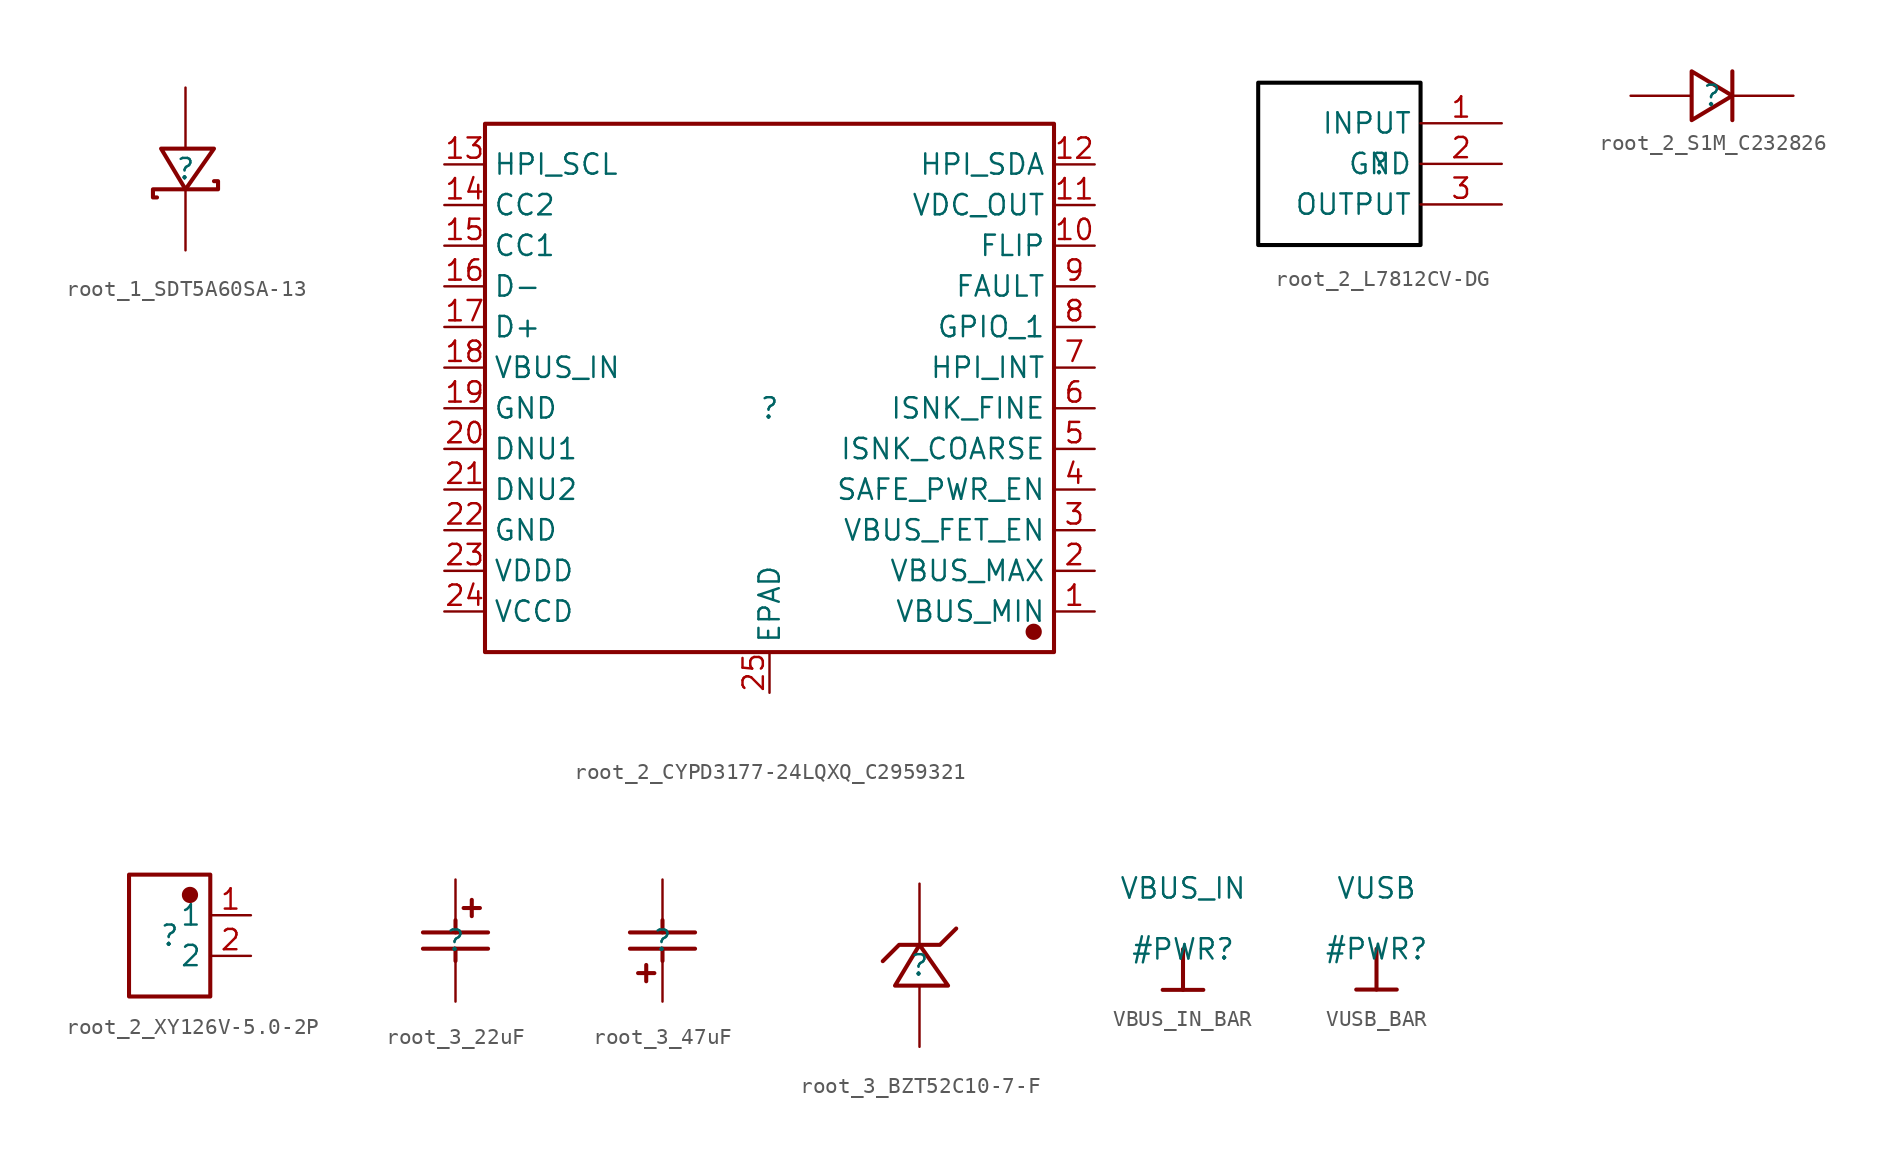
<source format=kicad_sym>
(kicad_symbol_lib
  (version 20231120)
  (generator "kicad_symbol_editor")
  (generator_version "8.0")
  (symbol "root_1_SDT5A60SA-13"
    (property "Reference" ""
      (at 0 0 0)
      (effects (font (size 1.27 1.27))))
    (property "Value" ""
      (at 0 0 0)
      (effects (font (size 1.27 1.27))))
    (symbol "root_1_SDT5A60SA-13_1_0"
      (polyline (pts (xy -1.524 1.27) (xy 0 -1.27) (xy 0 -1.27) (xy 1.778 1.27) (xy 1.778 1.27) (xy -1.524 1.27)) (stroke (width 0.254) (type solid) (color 136 0 0 1)) (fill (type none)))
      (polyline (pts (xy -1.778 -1.778) (xy -2.032 -1.778) (xy -2.032 -1.778) (xy -2.032 -1.27) (xy -2.032 -1.27) (xy 2.032 -1.27) (xy 2.032 -1.27) (xy 2.032 -0.762) (xy 2.032 -0.762) (xy 1.778 -0.762)) (stroke (width 0.254) (type solid) (color 136 0 0 1)) (fill (type none)))
      (pin passive line (at 0 -5.08 90) (length 3.81) (name "1" (effects (font (size 0 0)))) (number "1" (effects (font (size 0 0)))))
      (pin passive line (at 0 5.08 270) (length 3.81) (name "2" (effects (font (size 0 0)))) (number "2" (effects (font (size 0 0)))))))
  (symbol "root_2_CYPD3177-24LQXQ_C2959321"
    (property "Reference" ""
      (at 0 0 0)
      (effects (font (size 1.27 1.27))))
    (property "Value" ""
      (at 0 0 0)
      (effects (font (size 1.27 1.27))))
    (symbol "root_2_CYPD3177-24LQXQ_C2959321_1_0"
      (rectangle (start -17.78 17.78) (end 17.78 -15.24) (stroke (width 0.254) (type solid) (color 136 0 0 1)) (fill (type none)))
      (circle (center 16.51 -13.97) (radius 0.381) (stroke (width 0.254) (type solid) (color 136 0 0 1)) (fill (type outline)))
      (pin passive line (at 20.32 -12.7 180) (length 2.54) (name "VBUS_MIN" (effects (font (size 1.27 1.27)))) (number "1" (effects (font (size 1.27 1.27)))))
      (pin passive line (at 20.32 10.16 180) (length 2.54) (name "FLIP" (effects (font (size 1.27 1.27)))) (number "10" (effects (font (size 1.27 1.27)))))
      (pin passive line (at 20.32 12.7 180) (length 2.54) (name "VDC_OUT" (effects (font (size 1.27 1.27)))) (number "11" (effects (font (size 1.27 1.27)))))
      (pin passive line (at 20.32 15.24 180) (length 2.54) (name "HPI_SDA" (effects (font (size 1.27 1.27)))) (number "12" (effects (font (size 1.27 1.27)))))
      (pin passive line (at -20.32 15.24 0) (length 2.54) (name "HPI_SCL" (effects (font (size 1.27 1.27)))) (number "13" (effects (font (size 1.27 1.27)))))
      (pin passive line (at -20.32 12.7 0) (length 2.54) (name "CC2" (effects (font (size 1.27 1.27)))) (number "14" (effects (font (size 1.27 1.27)))))
      (pin passive line (at -20.32 10.16 0) (length 2.54) (name "CC1" (effects (font (size 1.27 1.27)))) (number "15" (effects (font (size 1.27 1.27)))))
      (pin passive line (at -20.32 7.62 0) (length 2.54) (name "D-" (effects (font (size 1.27 1.27)))) (number "16" (effects (font (size 1.27 1.27)))))
      (pin passive line (at -20.32 5.08 0) (length 2.54) (name "D+" (effects (font (size 1.27 1.27)))) (number "17" (effects (font (size 1.27 1.27)))))
      (pin passive line (at -20.32 2.54 0) (length 2.54) (name "VBUS_IN" (effects (font (size 1.27 1.27)))) (number "18" (effects (font (size 1.27 1.27)))))
      (pin passive line (at -20.32 0 0) (length 2.54) (name "GND" (effects (font (size 1.27 1.27)))) (number "19" (effects (font (size 1.27 1.27)))))
      (pin passive line (at 20.32 -10.16 180) (length 2.54) (name "VBUS_MAX" (effects (font (size 1.27 1.27)))) (number "2" (effects (font (size 1.27 1.27)))))
      (pin passive line (at -20.32 -2.54 0) (length 2.54) (name "DNU1" (effects (font (size 1.27 1.27)))) (number "20" (effects (font (size 1.27 1.27)))))
      (pin passive line (at -20.32 -5.08 0) (length 2.54) (name "DNU2" (effects (font (size 1.27 1.27)))) (number "21" (effects (font (size 1.27 1.27)))))
      (pin passive line (at -20.32 -7.62 0) (length 2.54) (name "GND" (effects (font (size 1.27 1.27)))) (number "22" (effects (font (size 1.27 1.27)))))
      (pin passive line (at -20.32 -10.16 0) (length 2.54) (name "VDDD" (effects (font (size 1.27 1.27)))) (number "23" (effects (font (size 1.27 1.27)))))
      (pin passive line (at -20.32 -12.7 0) (length 2.54) (name "VCCD" (effects (font (size 1.27 1.27)))) (number "24" (effects (font (size 1.27 1.27)))))
      (pin passive line (at 0 -17.78 90) (length 2.54) (name "EPAD" (effects (font (size 1.27 1.27)))) (number "25" (effects (font (size 1.27 1.27)))))
      (pin passive line (at 20.32 -7.62 180) (length 2.54) (name "VBUS_FET_EN" (effects (font (size 1.27 1.27)))) (number "3" (effects (font (size 1.27 1.27)))))
      (pin passive line (at 20.32 -5.08 180) (length 2.54) (name "SAFE_PWR_EN" (effects (font (size 1.27 1.27)))) (number "4" (effects (font (size 1.27 1.27)))))
      (pin passive line (at 20.32 -2.54 180) (length 2.54) (name "ISNK_COARSE" (effects (font (size 1.27 1.27)))) (number "5" (effects (font (size 1.27 1.27)))))
      (pin passive line (at 20.32 0 180) (length 2.54) (name "ISNK_FINE" (effects (font (size 1.27 1.27)))) (number "6" (effects (font (size 1.27 1.27)))))
      (pin passive line (at 20.32 2.54 180) (length 2.54) (name "HPI_INT" (effects (font (size 1.27 1.27)))) (number "7" (effects (font (size 1.27 1.27)))))
      (pin passive line (at 20.32 5.08 180) (length 2.54) (name "GPIO_1" (effects (font (size 1.27 1.27)))) (number "8" (effects (font (size 1.27 1.27)))))
      (pin passive line (at 20.32 7.62 180) (length 2.54) (name "FAULT" (effects (font (size 1.27 1.27)))) (number "9" (effects (font (size 1.27 1.27)))))))
  (symbol "root_2_L7812CV-DG"
    (property "Reference" ""
      (at 0 0 0)
      (effects (font (size 1.27 1.27))))
    (property "Value" ""
      (at 0 0 0)
      (effects (font (size 1.27 1.27))))
    (symbol "root_2_L7812CV-DG_1_0"
      (rectangle (start -7.62 5.08) (end 2.54 -5.08) (stroke (width 0.254) (type solid) (color 0 0 0 1)) (fill (type none)))
      (pin passive line (at 7.62 2.54 180) (length 5.08) (name "INPUT" (effects (font (size 1.27 1.27)))) (number "1" (effects (font (size 1.27 1.27)))))
      (pin passive line (at 7.62 0 180) (length 5.08) (name "GND" (effects (font (size 1.27 1.27)))) (number "2" (effects (font (size 1.27 1.27)))))
      (pin passive line (at 7.62 -2.54 180) (length 5.08) (name "OUTPUT" (effects (font (size 1.27 1.27)))) (number "3" (effects (font (size 1.27 1.27)))))))
  (symbol "root_2_S1M_C232826"
    (property "Reference" ""
      (at 0 0 0)
      (effects (font (size 1.27 1.27))))
    (property "Value" ""
      (at 0 0 0)
      (effects (font (size 1.27 1.27))))
    (symbol "root_2_S1M_C232826_1_0"
      (polyline (pts (xy 1.27 -1.524) (xy 1.27 1.524)) (stroke (width 0.254) (type solid) (color 136 0 0 1)) (fill (type none)))
      (polyline (pts (xy -1.27 1.524) (xy 1.27 0) (xy 1.27 0) (xy -1.27 -1.524) (xy -1.27 -1.524) (xy -1.27 1.524)) (stroke (width 0.254) (type solid) (color 136 0 0 1)) (fill (type none)))
      (pin passive line (at 5.08 0 180) (length 3.81) (name "K" (effects (font (size 0 0)))) (number "1" (effects (font (size 0 0)))))
      (pin passive line (at -5.08 0 0) (length 3.81) (name "A" (effects (font (size 0 0)))) (number "2" (effects (font (size 0 0)))))))
  (symbol "root_2_XY126V-5.0-2P"
    (property "Reference" ""
      (at 0 0 0)
      (effects (font (size 1.27 1.27))))
    (property "Value" ""
      (at 0 0 0)
      (effects (font (size 1.27 1.27))))
    (symbol "root_2_XY126V-5.0-2P_1_0"
      (rectangle (start -2.54 3.81) (end 2.54 -3.81) (stroke (width 0.254) (type solid) (color 136 0 0 1)) (fill (type none)))
      (circle (center 1.27 2.54) (radius 0.381) (stroke (width 0.254) (type solid) (color 136 0 0 1)) (fill (type outline)))
      (pin passive line (at 5.08 1.27 180) (length 2.54) (name "1" (effects (font (size 1.27 1.27)))) (number "1" (effects (font (size 1.27 1.27)))))
      (pin passive line (at 5.08 -1.27 180) (length 2.54) (name "2" (effects (font (size 1.27 1.27)))) (number "2" (effects (font (size 1.27 1.27)))))))
  (symbol "root_3_22uF"
    (property "Reference" ""
      (at 0 0 0)
      (effects (font (size 1.27 1.27))))
    (property "Value" ""
      (at 0 0 0)
      (effects (font (size 1.27 1.27))))
    (symbol "root_3_22uF_1_0"
      (polyline (pts (xy 0 -0.508) (xy 0 -1.27)) (stroke (width 0.254) (type solid) (color 136 0 0 1)) (fill (type none)))
      (polyline (pts (xy 0 1.27) (xy 0 0.508)) (stroke (width 0.254) (type solid) (color 136 0 0 1)) (fill (type none)))
      (polyline (pts (xy 1.016 2.54) (xy 1.016 1.524)) (stroke (width 0.254) (type solid) (color 136 0 0 1)) (fill (type none)))
      (polyline (pts (xy 1.524 2.032) (xy 0.508 2.032)) (stroke (width 0.254) (type solid) (color 136 0 0 1)) (fill (type none)))
      (polyline (pts (xy 2.032 -0.508) (xy -2.032 -0.508)) (stroke (width 0.254) (type solid) (color 136 0 0 1)) (fill (type none)))
      (polyline (pts (xy 2.032 0.508) (xy -2.032 0.508)) (stroke (width 0.254) (type solid) (color 136 0 0 1)) (fill (type none)))
      (pin passive line (at 0 3.81 270) (length 2.54) (name "1" (effects (font (size 0 0)))) (number "1" (effects (font (size 0 0)))))
      (pin passive line (at 0 -3.81 90) (length 2.54) (name "2" (effects (font (size 0 0)))) (number "2" (effects (font (size 0 0)))))))
  (symbol "root_3_47uF"
    (property "Reference" ""
      (at 0 0 0)
      (effects (font (size 1.27 1.27))))
    (property "Value" ""
      (at 0 0 0)
      (effects (font (size 1.27 1.27))))
    (symbol "root_3_47uF_1_0"
      (polyline (pts (xy -2.032 -0.508) (xy 2.032 -0.508)) (stroke (width 0.254) (type solid) (color 136 0 0 1)) (fill (type none)))
      (polyline (pts (xy -2.032 0.508) (xy 2.032 0.508)) (stroke (width 0.254) (type solid) (color 136 0 0 1)) (fill (type none)))
      (polyline (pts (xy -1.524 -2.032) (xy -0.508 -2.032)) (stroke (width 0.254) (type solid) (color 136 0 0 1)) (fill (type none)))
      (polyline (pts (xy -1.016 -2.54) (xy -1.016 -1.524)) (stroke (width 0.254) (type solid) (color 136 0 0 1)) (fill (type none)))
      (polyline (pts (xy 0 -1.27) (xy 0 -0.508)) (stroke (width 0.254) (type solid) (color 136 0 0 1)) (fill (type none)))
      (polyline (pts (xy 0 0.508) (xy 0 1.27)) (stroke (width 0.254) (type solid) (color 136 0 0 1)) (fill (type none)))
      (pin passive line (at 0 -3.81 90) (length 2.54) (name "1" (effects (font (size 0 0)))) (number "1" (effects (font (size 0 0)))))
      (pin passive line (at 0 3.81 270) (length 2.54) (name "2" (effects (font (size 0 0)))) (number "2" (effects (font (size 0 0)))))))
  (symbol "root_3_BZT52C10-7-F"
    (property "Reference" ""
      (at 0 0 0)
      (effects (font (size 1.27 1.27))))
    (property "Value" ""
      (at 0 0 0)
      (effects (font (size 1.27 1.27))))
    (symbol "root_3_BZT52C10-7-F_1_0"
      (polyline (pts (xy -1.524 -1.27) (xy 0 1.27) (xy 0 1.27) (xy 1.778 -1.27) (xy 1.778 -1.27) (xy -1.524 -1.27)) (stroke (width 0.254) (type solid) (color 136 0 0 1)) (fill (type none)))
      (polyline (pts (xy 2.286 2.286) (xy 1.27 1.27) (xy 1.27 1.27) (xy -1.27 1.27) (xy -1.27 1.27) (xy -2.286 0.254)) (stroke (width 0.254) (type solid) (color 136 0 0 1)) (fill (type none)))
      (pin passive line (at 0 5.08 270) (length 3.81) (name "C" (effects (font (size 0 0)))) (number "1" (effects (font (size 0 0)))))
      (pin passive line (at 0 -5.08 90) (length 3.81) (name "A" (effects (font (size 0 0)))) (number "2" (effects (font (size 0 0)))))))
  (symbol "VBUS_IN_BAR"
    (power)
    (property "Reference" "#PWR"
      (at 0 0 0)
      (effects (font (size 1.27 1.27))))
    (property "Value" "VBUS_IN"
      (at 0 3.81 0)
      (effects (font (size 1.27 1.27))))
    (symbol "VBUS_IN_BAR_0_0"
      (polyline (pts (xy -1.27 -2.54) (xy 1.27 -2.54)) (stroke (width 0.254) (type solid)) (fill (type none)))
      (polyline (pts (xy 0 0) (xy 0 -2.54)) (stroke (width 0.254) (type solid)) (fill (type none)))
      (pin power_in line (at 0 0 0) (length 0) hide (name "VBUS_IN" (effects (font (size 1.27 1.27)))) (number "" (effects (font (size 1.27 1.27)))))))
  (symbol "VUSB_BAR"
    (power)
    (property "Reference" "#PWR"
      (at 0 0 0)
      (effects (font (size 1.27 1.27))))
    (property "Value" "VUSB"
      (at 0 3.81 0)
      (effects (font (size 1.27 1.27))))
    (symbol "VUSB_BAR_0_0"
      (polyline (pts (xy -1.27 -2.54) (xy 1.27 -2.54)) (stroke (width 0.254) (type solid)) (fill (type none)))
      (polyline (pts (xy 0 0) (xy 0 -2.54)) (stroke (width 0.254) (type solid)) (fill (type none)))
      (pin power_in line (at 0 0 0) (length 0) hide (name "VUSB" (effects (font (size 1.27 1.27)))) (number "" (effects (font (size 1.27 1.27))))))))
</source>
